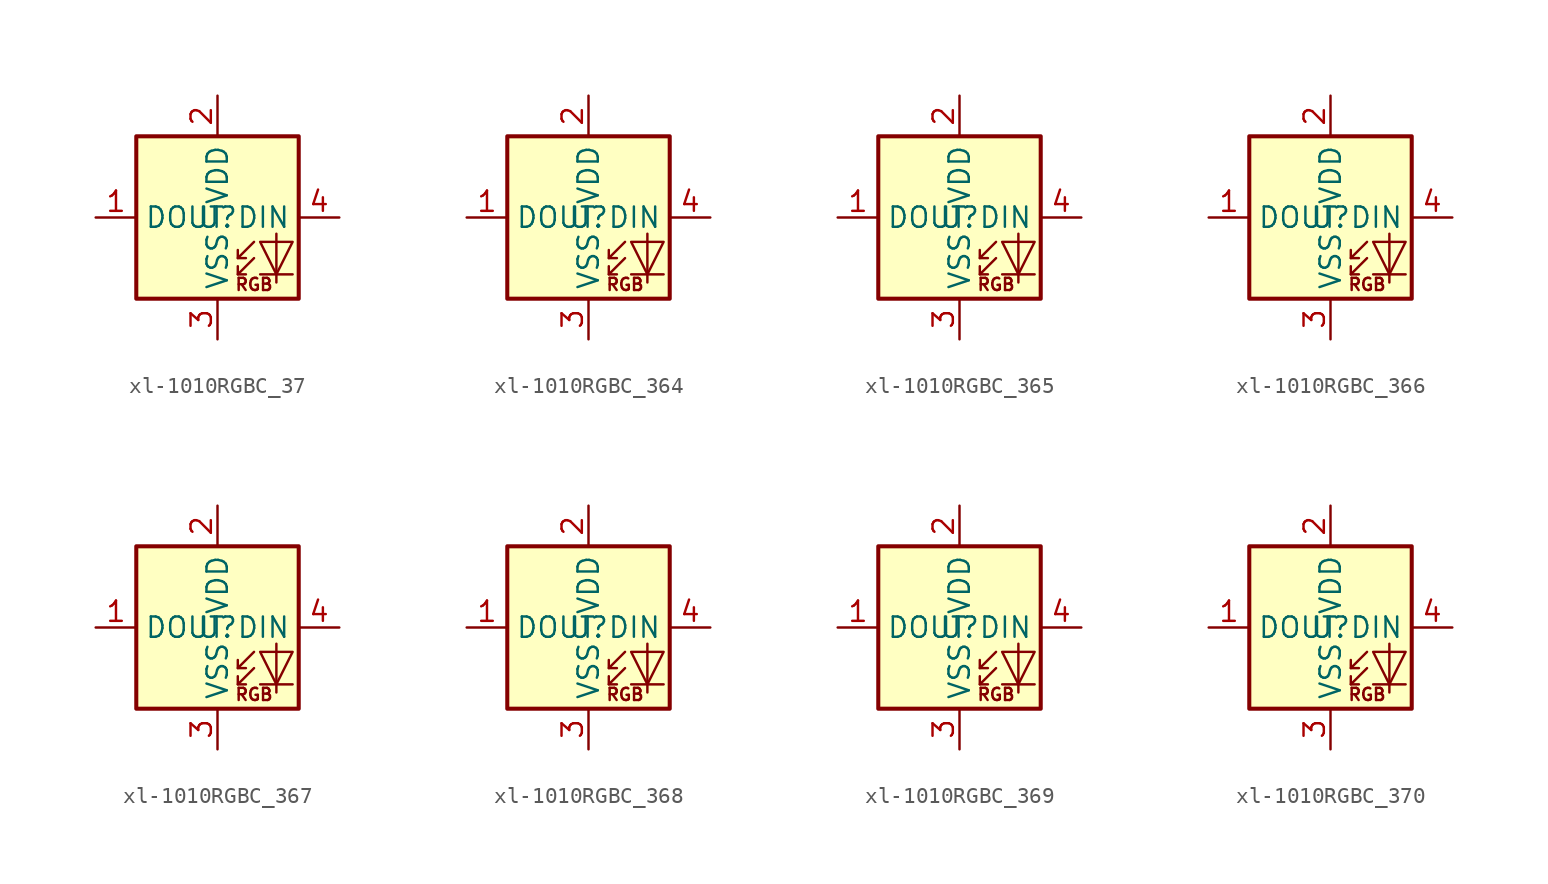
<source format=kicad_sym>
(kicad_symbol_lib
  (version 20231120)
  (generator "kicad_symbol_editor")
  (generator_version "8.0")
  (symbol "xl-1010RGBC_37"
    (property "Reference" "U"
      (at 0 0 0)
      (effects (font (size 1.27 1.27))))
    (property "Value" ""
      (at 0 0 0)
      (effects (font (size 1.27 1.27))))
    (symbol "xl-1010RGBC_37_0_0"
      (text "RGB" (at 2.286 -4.191 0) (effects (font (size 0.762 0.762)))))
    (symbol "xl-1010RGBC_37_0_1"
      (polyline (pts (xy 1.27 -3.556) (xy 1.778 -3.556)) (stroke (width 0) (type default)) (fill (type none)))
      (polyline (pts (xy 1.27 -2.54) (xy 1.778 -2.54)) (stroke (width 0) (type default)) (fill (type none)))
      (polyline (pts (xy 4.699 -3.556) (xy 2.667 -3.556)) (stroke (width 0) (type default)) (fill (type none)))
      (polyline (pts (xy 2.286 -2.54) (xy 1.27 -3.556) (xy 1.27 -3.048)) (stroke (width 0) (type default)) (fill (type none)))
      (polyline (pts (xy 2.286 -1.524) (xy 1.27 -2.54) (xy 1.27 -2.032)) (stroke (width 0) (type default)) (fill (type none)))
      (polyline (pts (xy 3.683 -1.016) (xy 3.683 -3.556) (xy 3.683 -4.064)) (stroke (width 0) (type default)) (fill (type none)))
      (polyline (pts (xy 4.699 -1.524) (xy 2.667 -1.524) (xy 3.683 -3.556) (xy 4.699 -1.524)) (stroke (width 0) (type default)) (fill (type none)))
      (rectangle (start 5.08 5.08) (end -5.08 -5.08) (stroke (width 0.254) (type default)) (fill (type background))))
    (symbol "xl-1010RGBC_37_1_1"
      (pin output line (at -7.62 0 0) (length 2.54) (name "DOUT" (effects (font (size 1.27 1.27)))) (number "1" (effects (font (size 1.27 1.27)))))
      (pin power_in line (at 0 7.62 270) (length 2.54) (name "VDD" (effects (font (size 1.27 1.27)))) (number "2" (effects (font (size 1.27 1.27)))))
      (pin power_in line (at 0 -7.62 90) (length 2.54) (name "VSS" (effects (font (size 1.27 1.27)))) (number "3" (effects (font (size 1.27 1.27)))))
      (pin input line (at 7.62 0 180) (length 2.54) (name "DIN" (effects (font (size 1.27 1.27)))) (number "4" (effects (font (size 1.27 1.27)))))))
  (symbol "xl-1010RGBC_364"
    (property "Reference" "U"
      (at 0 0 0)
      (effects (font (size 1.27 1.27))))
    (property "Value" ""
      (at 0 0 0)
      (effects (font (size 1.27 1.27))))
    (symbol "xl-1010RGBC_364_0_0"
      (text "RGB" (at 2.286 -4.191 0) (effects (font (size 0.762 0.762)))))
    (symbol "xl-1010RGBC_364_0_1"
      (polyline (pts (xy 1.27 -3.556) (xy 1.778 -3.556)) (stroke (width 0) (type default)) (fill (type none)))
      (polyline (pts (xy 1.27 -2.54) (xy 1.778 -2.54)) (stroke (width 0) (type default)) (fill (type none)))
      (polyline (pts (xy 4.699 -3.556) (xy 2.667 -3.556)) (stroke (width 0) (type default)) (fill (type none)))
      (polyline (pts (xy 2.286 -2.54) (xy 1.27 -3.556) (xy 1.27 -3.048)) (stroke (width 0) (type default)) (fill (type none)))
      (polyline (pts (xy 2.286 -1.524) (xy 1.27 -2.54) (xy 1.27 -2.032)) (stroke (width 0) (type default)) (fill (type none)))
      (polyline (pts (xy 3.683 -1.016) (xy 3.683 -3.556) (xy 3.683 -4.064)) (stroke (width 0) (type default)) (fill (type none)))
      (polyline (pts (xy 4.699 -1.524) (xy 2.667 -1.524) (xy 3.683 -3.556) (xy 4.699 -1.524)) (stroke (width 0) (type default)) (fill (type none)))
      (rectangle (start 5.08 5.08) (end -5.08 -5.08) (stroke (width 0.254) (type default)) (fill (type background))))
    (symbol "xl-1010RGBC_364_1_1"
      (pin output line (at -7.62 0 0) (length 2.54) (name "DOUT" (effects (font (size 1.27 1.27)))) (number "1" (effects (font (size 1.27 1.27)))))
      (pin power_in line (at 0 7.62 270) (length 2.54) (name "VDD" (effects (font (size 1.27 1.27)))) (number "2" (effects (font (size 1.27 1.27)))))
      (pin power_in line (at 0 -7.62 90) (length 2.54) (name "VSS" (effects (font (size 1.27 1.27)))) (number "3" (effects (font (size 1.27 1.27)))))
      (pin input line (at 7.62 0 180) (length 2.54) (name "DIN" (effects (font (size 1.27 1.27)))) (number "4" (effects (font (size 1.27 1.27)))))))
  (symbol "xl-1010RGBC_365"
    (property "Reference" "U"
      (at 0 0 0)
      (effects (font (size 1.27 1.27))))
    (property "Value" ""
      (at 0 0 0)
      (effects (font (size 1.27 1.27))))
    (symbol "xl-1010RGBC_365_0_0"
      (text "RGB" (at 2.286 -4.191 0) (effects (font (size 0.762 0.762)))))
    (symbol "xl-1010RGBC_365_0_1"
      (polyline (pts (xy 1.27 -3.556) (xy 1.778 -3.556)) (stroke (width 0) (type default)) (fill (type none)))
      (polyline (pts (xy 1.27 -2.54) (xy 1.778 -2.54)) (stroke (width 0) (type default)) (fill (type none)))
      (polyline (pts (xy 4.699 -3.556) (xy 2.667 -3.556)) (stroke (width 0) (type default)) (fill (type none)))
      (polyline (pts (xy 2.286 -2.54) (xy 1.27 -3.556) (xy 1.27 -3.048)) (stroke (width 0) (type default)) (fill (type none)))
      (polyline (pts (xy 2.286 -1.524) (xy 1.27 -2.54) (xy 1.27 -2.032)) (stroke (width 0) (type default)) (fill (type none)))
      (polyline (pts (xy 3.683 -1.016) (xy 3.683 -3.556) (xy 3.683 -4.064)) (stroke (width 0) (type default)) (fill (type none)))
      (polyline (pts (xy 4.699 -1.524) (xy 2.667 -1.524) (xy 3.683 -3.556) (xy 4.699 -1.524)) (stroke (width 0) (type default)) (fill (type none)))
      (rectangle (start 5.08 5.08) (end -5.08 -5.08) (stroke (width 0.254) (type default)) (fill (type background))))
    (symbol "xl-1010RGBC_365_1_1"
      (pin output line (at -7.62 0 0) (length 2.54) (name "DOUT" (effects (font (size 1.27 1.27)))) (number "1" (effects (font (size 1.27 1.27)))))
      (pin power_in line (at 0 7.62 270) (length 2.54) (name "VDD" (effects (font (size 1.27 1.27)))) (number "2" (effects (font (size 1.27 1.27)))))
      (pin power_in line (at 0 -7.62 90) (length 2.54) (name "VSS" (effects (font (size 1.27 1.27)))) (number "3" (effects (font (size 1.27 1.27)))))
      (pin input line (at 7.62 0 180) (length 2.54) (name "DIN" (effects (font (size 1.27 1.27)))) (number "4" (effects (font (size 1.27 1.27)))))))
  (symbol "xl-1010RGBC_366"
    (property "Reference" "U"
      (at 0 0 0)
      (effects (font (size 1.27 1.27))))
    (property "Value" ""
      (at 0 0 0)
      (effects (font (size 1.27 1.27))))
    (symbol "xl-1010RGBC_366_0_0"
      (text "RGB" (at 2.286 -4.191 0) (effects (font (size 0.762 0.762)))))
    (symbol "xl-1010RGBC_366_0_1"
      (polyline (pts (xy 1.27 -3.556) (xy 1.778 -3.556)) (stroke (width 0) (type default)) (fill (type none)))
      (polyline (pts (xy 1.27 -2.54) (xy 1.778 -2.54)) (stroke (width 0) (type default)) (fill (type none)))
      (polyline (pts (xy 4.699 -3.556) (xy 2.667 -3.556)) (stroke (width 0) (type default)) (fill (type none)))
      (polyline (pts (xy 2.286 -2.54) (xy 1.27 -3.556) (xy 1.27 -3.048)) (stroke (width 0) (type default)) (fill (type none)))
      (polyline (pts (xy 2.286 -1.524) (xy 1.27 -2.54) (xy 1.27 -2.032)) (stroke (width 0) (type default)) (fill (type none)))
      (polyline (pts (xy 3.683 -1.016) (xy 3.683 -3.556) (xy 3.683 -4.064)) (stroke (width 0) (type default)) (fill (type none)))
      (polyline (pts (xy 4.699 -1.524) (xy 2.667 -1.524) (xy 3.683 -3.556) (xy 4.699 -1.524)) (stroke (width 0) (type default)) (fill (type none)))
      (rectangle (start 5.08 5.08) (end -5.08 -5.08) (stroke (width 0.254) (type default)) (fill (type background))))
    (symbol "xl-1010RGBC_366_1_1"
      (pin output line (at -7.62 0 0) (length 2.54) (name "DOUT" (effects (font (size 1.27 1.27)))) (number "1" (effects (font (size 1.27 1.27)))))
      (pin power_in line (at 0 7.62 270) (length 2.54) (name "VDD" (effects (font (size 1.27 1.27)))) (number "2" (effects (font (size 1.27 1.27)))))
      (pin power_in line (at 0 -7.62 90) (length 2.54) (name "VSS" (effects (font (size 1.27 1.27)))) (number "3" (effects (font (size 1.27 1.27)))))
      (pin input line (at 7.62 0 180) (length 2.54) (name "DIN" (effects (font (size 1.27 1.27)))) (number "4" (effects (font (size 1.27 1.27)))))))
  (symbol "xl-1010RGBC_367"
    (property "Reference" "U"
      (at 0 0 0)
      (effects (font (size 1.27 1.27))))
    (property "Value" ""
      (at 0 0 0)
      (effects (font (size 1.27 1.27))))
    (symbol "xl-1010RGBC_367_0_0"
      (text "RGB" (at 2.286 -4.191 0) (effects (font (size 0.762 0.762)))))
    (symbol "xl-1010RGBC_367_0_1"
      (polyline (pts (xy 1.27 -3.556) (xy 1.778 -3.556)) (stroke (width 0) (type default)) (fill (type none)))
      (polyline (pts (xy 1.27 -2.54) (xy 1.778 -2.54)) (stroke (width 0) (type default)) (fill (type none)))
      (polyline (pts (xy 4.699 -3.556) (xy 2.667 -3.556)) (stroke (width 0) (type default)) (fill (type none)))
      (polyline (pts (xy 2.286 -2.54) (xy 1.27 -3.556) (xy 1.27 -3.048)) (stroke (width 0) (type default)) (fill (type none)))
      (polyline (pts (xy 2.286 -1.524) (xy 1.27 -2.54) (xy 1.27 -2.032)) (stroke (width 0) (type default)) (fill (type none)))
      (polyline (pts (xy 3.683 -1.016) (xy 3.683 -3.556) (xy 3.683 -4.064)) (stroke (width 0) (type default)) (fill (type none)))
      (polyline (pts (xy 4.699 -1.524) (xy 2.667 -1.524) (xy 3.683 -3.556) (xy 4.699 -1.524)) (stroke (width 0) (type default)) (fill (type none)))
      (rectangle (start 5.08 5.08) (end -5.08 -5.08) (stroke (width 0.254) (type default)) (fill (type background))))
    (symbol "xl-1010RGBC_367_1_1"
      (pin output line (at -7.62 0 0) (length 2.54) (name "DOUT" (effects (font (size 1.27 1.27)))) (number "1" (effects (font (size 1.27 1.27)))))
      (pin power_in line (at 0 7.62 270) (length 2.54) (name "VDD" (effects (font (size 1.27 1.27)))) (number "2" (effects (font (size 1.27 1.27)))))
      (pin power_in line (at 0 -7.62 90) (length 2.54) (name "VSS" (effects (font (size 1.27 1.27)))) (number "3" (effects (font (size 1.27 1.27)))))
      (pin input line (at 7.62 0 180) (length 2.54) (name "DIN" (effects (font (size 1.27 1.27)))) (number "4" (effects (font (size 1.27 1.27)))))))
  (symbol "xl-1010RGBC_368"
    (property "Reference" "U"
      (at 0 0 0)
      (effects (font (size 1.27 1.27))))
    (property "Value" ""
      (at 0 0 0)
      (effects (font (size 1.27 1.27))))
    (symbol "xl-1010RGBC_368_0_0"
      (text "RGB" (at 2.286 -4.191 0) (effects (font (size 0.762 0.762)))))
    (symbol "xl-1010RGBC_368_0_1"
      (polyline (pts (xy 1.27 -3.556) (xy 1.778 -3.556)) (stroke (width 0) (type default)) (fill (type none)))
      (polyline (pts (xy 1.27 -2.54) (xy 1.778 -2.54)) (stroke (width 0) (type default)) (fill (type none)))
      (polyline (pts (xy 4.699 -3.556) (xy 2.667 -3.556)) (stroke (width 0) (type default)) (fill (type none)))
      (polyline (pts (xy 2.286 -2.54) (xy 1.27 -3.556) (xy 1.27 -3.048)) (stroke (width 0) (type default)) (fill (type none)))
      (polyline (pts (xy 2.286 -1.524) (xy 1.27 -2.54) (xy 1.27 -2.032)) (stroke (width 0) (type default)) (fill (type none)))
      (polyline (pts (xy 3.683 -1.016) (xy 3.683 -3.556) (xy 3.683 -4.064)) (stroke (width 0) (type default)) (fill (type none)))
      (polyline (pts (xy 4.699 -1.524) (xy 2.667 -1.524) (xy 3.683 -3.556) (xy 4.699 -1.524)) (stroke (width 0) (type default)) (fill (type none)))
      (rectangle (start 5.08 5.08) (end -5.08 -5.08) (stroke (width 0.254) (type default)) (fill (type background))))
    (symbol "xl-1010RGBC_368_1_1"
      (pin output line (at -7.62 0 0) (length 2.54) (name "DOUT" (effects (font (size 1.27 1.27)))) (number "1" (effects (font (size 1.27 1.27)))))
      (pin power_in line (at 0 7.62 270) (length 2.54) (name "VDD" (effects (font (size 1.27 1.27)))) (number "2" (effects (font (size 1.27 1.27)))))
      (pin power_in line (at 0 -7.62 90) (length 2.54) (name "VSS" (effects (font (size 1.27 1.27)))) (number "3" (effects (font (size 1.27 1.27)))))
      (pin input line (at 7.62 0 180) (length 2.54) (name "DIN" (effects (font (size 1.27 1.27)))) (number "4" (effects (font (size 1.27 1.27)))))))
  (symbol "xl-1010RGBC_369"
    (property "Reference" "U"
      (at 0 0 0)
      (effects (font (size 1.27 1.27))))
    (property "Value" ""
      (at 0 0 0)
      (effects (font (size 1.27 1.27))))
    (symbol "xl-1010RGBC_369_0_0"
      (text "RGB" (at 2.286 -4.191 0) (effects (font (size 0.762 0.762)))))
    (symbol "xl-1010RGBC_369_0_1"
      (polyline (pts (xy 1.27 -3.556) (xy 1.778 -3.556)) (stroke (width 0) (type default)) (fill (type none)))
      (polyline (pts (xy 1.27 -2.54) (xy 1.778 -2.54)) (stroke (width 0) (type default)) (fill (type none)))
      (polyline (pts (xy 4.699 -3.556) (xy 2.667 -3.556)) (stroke (width 0) (type default)) (fill (type none)))
      (polyline (pts (xy 2.286 -2.54) (xy 1.27 -3.556) (xy 1.27 -3.048)) (stroke (width 0) (type default)) (fill (type none)))
      (polyline (pts (xy 2.286 -1.524) (xy 1.27 -2.54) (xy 1.27 -2.032)) (stroke (width 0) (type default)) (fill (type none)))
      (polyline (pts (xy 3.683 -1.016) (xy 3.683 -3.556) (xy 3.683 -4.064)) (stroke (width 0) (type default)) (fill (type none)))
      (polyline (pts (xy 4.699 -1.524) (xy 2.667 -1.524) (xy 3.683 -3.556) (xy 4.699 -1.524)) (stroke (width 0) (type default)) (fill (type none)))
      (rectangle (start 5.08 5.08) (end -5.08 -5.08) (stroke (width 0.254) (type default)) (fill (type background))))
    (symbol "xl-1010RGBC_369_1_1"
      (pin output line (at -7.62 0 0) (length 2.54) (name "DOUT" (effects (font (size 1.27 1.27)))) (number "1" (effects (font (size 1.27 1.27)))))
      (pin power_in line (at 0 7.62 270) (length 2.54) (name "VDD" (effects (font (size 1.27 1.27)))) (number "2" (effects (font (size 1.27 1.27)))))
      (pin power_in line (at 0 -7.62 90) (length 2.54) (name "VSS" (effects (font (size 1.27 1.27)))) (number "3" (effects (font (size 1.27 1.27)))))
      (pin input line (at 7.62 0 180) (length 2.54) (name "DIN" (effects (font (size 1.27 1.27)))) (number "4" (effects (font (size 1.27 1.27)))))))
  (symbol "xl-1010RGBC_370"
    (property "Reference" "U"
      (at 0 0 0)
      (effects (font (size 1.27 1.27))))
    (property "Value" ""
      (at 0 0 0)
      (effects (font (size 1.27 1.27))))
    (symbol "xl-1010RGBC_370_0_0"
      (text "RGB" (at 2.286 -4.191 0) (effects (font (size 0.762 0.762)))))
    (symbol "xl-1010RGBC_370_0_1"
      (polyline (pts (xy 1.27 -3.556) (xy 1.778 -3.556)) (stroke (width 0) (type default)) (fill (type none)))
      (polyline (pts (xy 1.27 -2.54) (xy 1.778 -2.54)) (stroke (width 0) (type default)) (fill (type none)))
      (polyline (pts (xy 4.699 -3.556) (xy 2.667 -3.556)) (stroke (width 0) (type default)) (fill (type none)))
      (polyline (pts (xy 2.286 -2.54) (xy 1.27 -3.556) (xy 1.27 -3.048)) (stroke (width 0) (type default)) (fill (type none)))
      (polyline (pts (xy 2.286 -1.524) (xy 1.27 -2.54) (xy 1.27 -2.032)) (stroke (width 0) (type default)) (fill (type none)))
      (polyline (pts (xy 3.683 -1.016) (xy 3.683 -3.556) (xy 3.683 -4.064)) (stroke (width 0) (type default)) (fill (type none)))
      (polyline (pts (xy 4.699 -1.524) (xy 2.667 -1.524) (xy 3.683 -3.556) (xy 4.699 -1.524)) (stroke (width 0) (type default)) (fill (type none)))
      (rectangle (start 5.08 5.08) (end -5.08 -5.08) (stroke (width 0.254) (type default)) (fill (type background))))
    (symbol "xl-1010RGBC_370_1_1"
      (pin output line (at -7.62 0 0) (length 2.54) (name "DOUT" (effects (font (size 1.27 1.27)))) (number "1" (effects (font (size 1.27 1.27)))))
      (pin power_in line (at 0 7.62 270) (length 2.54) (name "VDD" (effects (font (size 1.27 1.27)))) (number "2" (effects (font (size 1.27 1.27)))))
      (pin power_in line (at 0 -7.62 90) (length 2.54) (name "VSS" (effects (font (size 1.27 1.27)))) (number "3" (effects (font (size 1.27 1.27)))))
      (pin input line (at 7.62 0 180) (length 2.54) (name "DIN" (effects (font (size 1.27 1.27)))) (number "4" (effects (font (size 1.27 1.27))))))))
</source>
